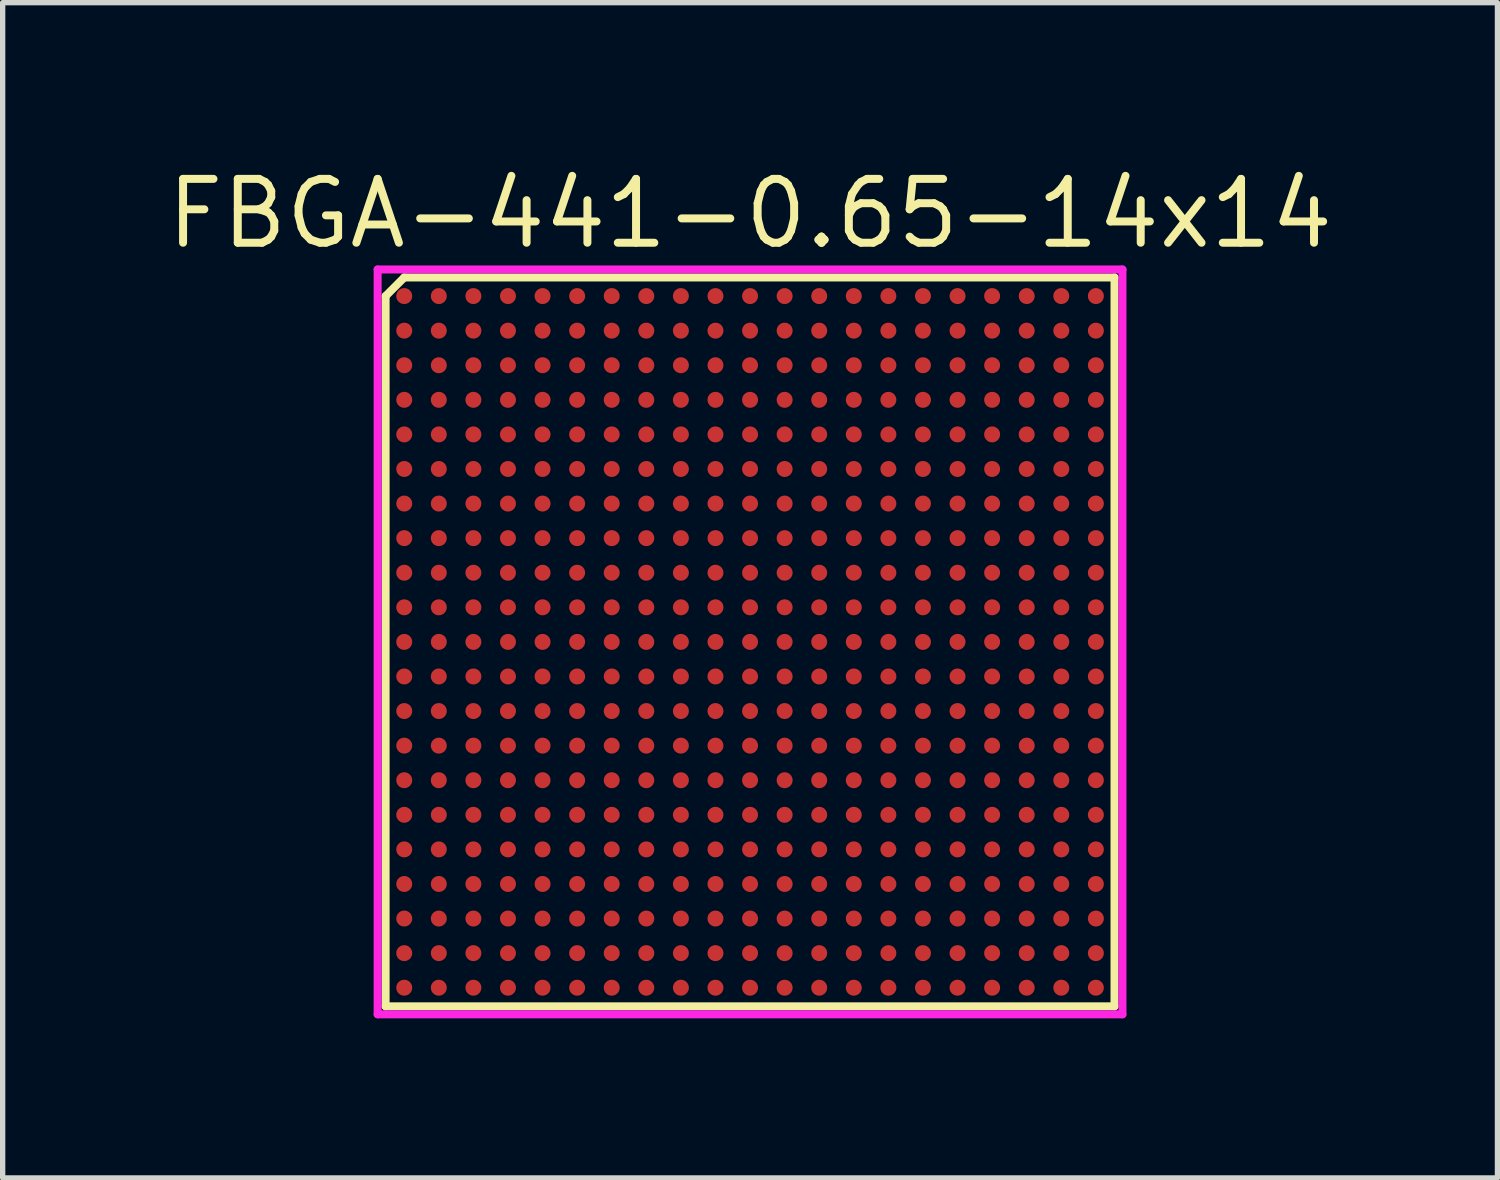
<source format=kicad_pcb>
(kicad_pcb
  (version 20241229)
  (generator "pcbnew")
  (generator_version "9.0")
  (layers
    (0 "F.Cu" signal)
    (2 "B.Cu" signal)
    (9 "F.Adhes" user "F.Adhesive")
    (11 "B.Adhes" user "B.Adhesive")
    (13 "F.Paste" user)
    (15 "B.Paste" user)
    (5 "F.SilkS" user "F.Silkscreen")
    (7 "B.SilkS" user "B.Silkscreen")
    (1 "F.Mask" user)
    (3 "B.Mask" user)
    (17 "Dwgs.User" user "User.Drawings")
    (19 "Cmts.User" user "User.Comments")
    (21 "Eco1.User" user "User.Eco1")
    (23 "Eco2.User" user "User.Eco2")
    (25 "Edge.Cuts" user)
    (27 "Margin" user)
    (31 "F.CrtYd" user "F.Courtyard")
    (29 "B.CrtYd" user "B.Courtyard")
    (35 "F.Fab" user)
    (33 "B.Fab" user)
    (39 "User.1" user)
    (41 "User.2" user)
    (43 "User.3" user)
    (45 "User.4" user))
  (footprint "FBGA-441-0.65-14x14"
    (layer "F.Cu")
    (at 11.048 9.015)
    (property "Reference" "FBGA-441-0.65-14x14" (at 0 -8.05 0) (layer "F.SilkS") (effects (font (size 1.2 1.2) (thickness 0.15))))
    (attr through_hole)
    (fp_line (start -6.85 -6.5) (end -6.85 6.85) (stroke (width 0.15) (type solid)) (layer "F.SilkS"))
    (fp_line (start -6.85 6.85) (end 6.85 6.85) (stroke (width 0.15) (type solid)) (layer "F.SilkS"))
    (fp_line (start -6.5 -6.85) (end -6.85 -6.5) (stroke (width 0.15) (type solid)) (layer "F.SilkS"))
    (fp_line (start 6.85 -6.85) (end -6.5 -6.85) (stroke (width 0.15) (type solid)) (layer "F.SilkS"))
    (fp_line (start 6.85 6.85) (end 6.85 -6.85) (stroke (width 0.15) (type solid)) (layer "F.SilkS"))
    (fp_line (start -7 -7) (end 7 -7) (stroke (width 0.15) (type solid)) (layer "F.CrtYd"))
    (fp_line (start -7 7) (end -7 -7) (stroke (width 0.15) (type solid)) (layer "F.CrtYd"))
    (fp_line (start 7 -7) (end 7 7) (stroke (width 0.15) (type solid)) (layer "F.CrtYd"))
    (fp_line (start 7 7) (end -7 7) (stroke (width 0.15) (type solid)) (layer "F.CrtYd"))
    (pad "A1" smd circle (at -6.5 -6.5) (size 0.3 0.3) (layers "F.Cu" "F.Mask" "F.Paste"))
    (pad "A2" smd circle (at -5.85 -6.5) (size 0.3 0.3) (layers "F.Cu" "F.Mask" "F.Paste"))
    (pad "A3" smd circle (at -5.2 -6.5) (size 0.3 0.3) (layers "F.Cu" "F.Mask" "F.Paste"))
    (pad "A4" smd circle (at -4.55 -6.5) (size 0.3 0.3) (layers "F.Cu" "F.Mask" "F.Paste"))
    (pad "A5" smd circle (at -3.9 -6.5) (size 0.3 0.3) (layers "F.Cu" "F.Mask" "F.Paste"))
    (pad "A6" smd circle (at -3.25 -6.5) (size 0.3 0.3) (layers "F.Cu" "F.Mask" "F.Paste"))
    (pad "A7" smd circle (at -2.6 -6.5) (size 0.3 0.3) (layers "F.Cu" "F.Mask" "F.Paste"))
    (pad "A8" smd circle (at -1.95 -6.5) (size 0.3 0.3) (layers "F.Cu" "F.Mask" "F.Paste"))
    (pad "A9" smd circle (at -1.3 -6.5) (size 0.3 0.3) (layers "F.Cu" "F.Mask" "F.Paste"))
    (pad "A10" smd circle (at -0.65 -6.5) (size 0.3 0.3) (layers "F.Cu" "F.Mask" "F.Paste"))
    (pad "A11" smd circle (at 0 -6.5) (size 0.3 0.3) (layers "F.Cu" "F.Mask" "F.Paste"))
    (pad "A12" smd circle (at 0.65 -6.5) (size 0.3 0.3) (layers "F.Cu" "F.Mask" "F.Paste"))
    (pad "A13" smd circle (at 1.3 -6.5) (size 0.3 0.3) (layers "F.Cu" "F.Mask" "F.Paste"))
    (pad "A14" smd circle (at 1.95 -6.5) (size 0.3 0.3) (layers "F.Cu" "F.Mask" "F.Paste"))
    (pad "A15" smd circle (at 2.6 -6.5) (size 0.3 0.3) (layers "F.Cu" "F.Mask" "F.Paste"))
    (pad "A16" smd circle (at 3.25 -6.5) (size 0.3 0.3) (layers "F.Cu" "F.Mask" "F.Paste"))
    (pad "A17" smd circle (at 3.9 -6.5) (size 0.3 0.3) (layers "F.Cu" "F.Mask" "F.Paste"))
    (pad "A18" smd circle (at 4.55 -6.5) (size 0.3 0.3) (layers "F.Cu" "F.Mask" "F.Paste"))
    (pad "A19" smd circle (at 5.2 -6.5) (size 0.3 0.3) (layers "F.Cu" "F.Mask" "F.Paste"))
    (pad "A20" smd circle (at 5.85 -6.5) (size 0.3 0.3) (layers "F.Cu" "F.Mask" "F.Paste"))
    (pad "A21" smd circle (at 6.5 -6.5) (size 0.3 0.3) (layers "F.Cu" "F.Mask" "F.Paste"))
    (pad "AA1" smd circle (at -6.5 6.5) (size 0.3 0.3) (layers "F.Cu" "F.Mask" "F.Paste"))
    (pad "AA2" smd circle (at -5.85 6.5) (size 0.3 0.3) (layers "F.Cu" "F.Mask" "F.Paste"))
    (pad "AA3" smd circle (at -5.2 6.5) (size 0.3 0.3) (layers "F.Cu" "F.Mask" "F.Paste"))
    (pad "AA4" smd circle (at -4.55 6.5) (size 0.3 0.3) (layers "F.Cu" "F.Mask" "F.Paste"))
    (pad "AA5" smd circle (at -3.9 6.5) (size 0.3 0.3) (layers "F.Cu" "F.Mask" "F.Paste"))
    (pad "AA6" smd circle (at -3.25 6.5) (size 0.3 0.3) (layers "F.Cu" "F.Mask" "F.Paste"))
    (pad "AA7" smd circle (at -2.6 6.5) (size 0.3 0.3) (layers "F.Cu" "F.Mask" "F.Paste"))
    (pad "AA8" smd circle (at -1.95 6.5) (size 0.3 0.3) (layers "F.Cu" "F.Mask" "F.Paste"))
    (pad "AA9" smd circle (at -1.3 6.5) (size 0.3 0.3) (layers "F.Cu" "F.Mask" "F.Paste"))
    (pad "AA10" smd circle (at -0.65 6.5) (size 0.3 0.3) (layers "F.Cu" "F.Mask" "F.Paste"))
    (pad "AA11" smd circle (at 0 6.5) (size 0.3 0.3) (layers "F.Cu" "F.Mask" "F.Paste"))
    (pad "AA12" smd circle (at 0.65 6.5) (size 0.3 0.3) (layers "F.Cu" "F.Mask" "F.Paste"))
    (pad "AA13" smd circle (at 1.3 6.5) (size 0.3 0.3) (layers "F.Cu" "F.Mask" "F.Paste"))
    (pad "AA14" smd circle (at 1.95 6.5) (size 0.3 0.3) (layers "F.Cu" "F.Mask" "F.Paste"))
    (pad "AA15" smd circle (at 2.6 6.5) (size 0.3 0.3) (layers "F.Cu" "F.Mask" "F.Paste"))
    (pad "AA16" smd circle (at 3.25 6.5) (size 0.3 0.3) (layers "F.Cu" "F.Mask" "F.Paste"))
    (pad "AA17" smd circle (at 3.9 6.5) (size 0.3 0.3) (layers "F.Cu" "F.Mask" "F.Paste"))
    (pad "AA18" smd circle (at 4.55 6.5) (size 0.3 0.3) (layers "F.Cu" "F.Mask" "F.Paste"))
    (pad "AA19" smd circle (at 5.2 6.5) (size 0.3 0.3) (layers "F.Cu" "F.Mask" "F.Paste"))
    (pad "AA20" smd circle (at 5.85 6.5) (size 0.3 0.3) (layers "F.Cu" "F.Mask" "F.Paste"))
    (pad "AA21" smd circle (at 6.5 6.5) (size 0.3 0.3) (layers "F.Cu" "F.Mask" "F.Paste"))
    (pad "B1" smd circle (at -6.5 -5.85) (size 0.3 0.3) (layers "F.Cu" "F.Mask" "F.Paste"))
    (pad "B2" smd circle (at -5.85 -5.85) (size 0.3 0.3) (layers "F.Cu" "F.Mask" "F.Paste"))
    (pad "B3" smd circle (at -5.2 -5.85) (size 0.3 0.3) (layers "F.Cu" "F.Mask" "F.Paste"))
    (pad "B4" smd circle (at -4.55 -5.85) (size 0.3 0.3) (layers "F.Cu" "F.Mask" "F.Paste"))
    (pad "B5" smd circle (at -3.9 -5.85) (size 0.3 0.3) (layers "F.Cu" "F.Mask" "F.Paste"))
    (pad "B6" smd circle (at -3.25 -5.85) (size 0.3 0.3) (layers "F.Cu" "F.Mask" "F.Paste"))
    (pad "B7" smd circle (at -2.6 -5.85) (size 0.3 0.3) (layers "F.Cu" "F.Mask" "F.Paste"))
    (pad "B8" smd circle (at -1.95 -5.85) (size 0.3 0.3) (layers "F.Cu" "F.Mask" "F.Paste"))
    (pad "B9" smd circle (at -1.3 -5.85) (size 0.3 0.3) (layers "F.Cu" "F.Mask" "F.Paste"))
    (pad "B10" smd circle (at -0.65 -5.85) (size 0.3 0.3) (layers "F.Cu" "F.Mask" "F.Paste"))
    (pad "B11" smd circle (at 0 -5.85) (size 0.3 0.3) (layers "F.Cu" "F.Mask" "F.Paste"))
    (pad "B12" smd circle (at 0.65 -5.85) (size 0.3 0.3) (layers "F.Cu" "F.Mask" "F.Paste"))
    (pad "B13" smd circle (at 1.3 -5.85) (size 0.3 0.3) (layers "F.Cu" "F.Mask" "F.Paste"))
    (pad "B14" smd circle (at 1.95 -5.85) (size 0.3 0.3) (layers "F.Cu" "F.Mask" "F.Paste"))
    (pad "B15" smd circle (at 2.6 -5.85) (size 0.3 0.3) (layers "F.Cu" "F.Mask" "F.Paste"))
    (pad "B16" smd circle (at 3.25 -5.85) (size 0.3 0.3) (layers "F.Cu" "F.Mask" "F.Paste"))
    (pad "B17" smd circle (at 3.9 -5.85) (size 0.3 0.3) (layers "F.Cu" "F.Mask" "F.Paste"))
    (pad "B18" smd circle (at 4.55 -5.85) (size 0.3 0.3) (layers "F.Cu" "F.Mask" "F.Paste"))
    (pad "B19" smd circle (at 5.2 -5.85) (size 0.3 0.3) (layers "F.Cu" "F.Mask" "F.Paste"))
    (pad "B20" smd circle (at 5.85 -5.85) (size 0.3 0.3) (layers "F.Cu" "F.Mask" "F.Paste"))
    (pad "B21" smd circle (at 6.5 -5.85) (size 0.3 0.3) (layers "F.Cu" "F.Mask" "F.Paste"))
    (pad "C1" smd circle (at -6.5 -5.2) (size 0.3 0.3) (layers "F.Cu" "F.Mask" "F.Paste"))
    (pad "C2" smd circle (at -5.85 -5.2) (size 0.3 0.3) (layers "F.Cu" "F.Mask" "F.Paste"))
    (pad "C3" smd circle (at -5.2 -5.2) (size 0.3 0.3) (layers "F.Cu" "F.Mask" "F.Paste"))
    (pad "C4" smd circle (at -4.55 -5.2) (size 0.3 0.3) (layers "F.Cu" "F.Mask" "F.Paste"))
    (pad "C5" smd circle (at -3.9 -5.2) (size 0.3 0.3) (layers "F.Cu" "F.Mask" "F.Paste"))
    (pad "C6" smd circle (at -3.25 -5.2) (size 0.3 0.3) (layers "F.Cu" "F.Mask" "F.Paste"))
    (pad "C7" smd circle (at -2.6 -5.2) (size 0.3 0.3) (layers "F.Cu" "F.Mask" "F.Paste"))
    (pad "C8" smd circle (at -1.95 -5.2) (size 0.3 0.3) (layers "F.Cu" "F.Mask" "F.Paste"))
    (pad "C9" smd circle (at -1.3 -5.2) (size 0.3 0.3) (layers "F.Cu" "F.Mask" "F.Paste"))
    (pad "C10" smd circle (at -0.65 -5.2) (size 0.3 0.3) (layers "F.Cu" "F.Mask" "F.Paste"))
    (pad "C11" smd circle (at 0 -5.2) (size 0.3 0.3) (layers "F.Cu" "F.Mask" "F.Paste"))
    (pad "C12" smd circle (at 0.65 -5.2) (size 0.3 0.3) (layers "F.Cu" "F.Mask" "F.Paste"))
    (pad "C13" smd circle (at 1.3 -5.2) (size 0.3 0.3) (layers "F.Cu" "F.Mask" "F.Paste"))
    (pad "C14" smd circle (at 1.95 -5.2) (size 0.3 0.3) (layers "F.Cu" "F.Mask" "F.Paste"))
    (pad "C15" smd circle (at 2.6 -5.2) (size 0.3 0.3) (layers "F.Cu" "F.Mask" "F.Paste"))
    (pad "C16" smd circle (at 3.25 -5.2) (size 0.3 0.3) (layers "F.Cu" "F.Mask" "F.Paste"))
    (pad "C17" smd circle (at 3.9 -5.2) (size 0.3 0.3) (layers "F.Cu" "F.Mask" "F.Paste"))
    (pad "C18" smd circle (at 4.55 -5.2) (size 0.3 0.3) (layers "F.Cu" "F.Mask" "F.Paste"))
    (pad "C19" smd circle (at 5.2 -5.2) (size 0.3 0.3) (layers "F.Cu" "F.Mask" "F.Paste"))
    (pad "C20" smd circle (at 5.85 -5.2) (size 0.3 0.3) (layers "F.Cu" "F.Mask" "F.Paste"))
    (pad "C21" smd circle (at 6.5 -5.2) (size 0.3 0.3) (layers "F.Cu" "F.Mask" "F.Paste"))
    (pad "D1" smd circle (at -6.5 -4.55) (size 0.3 0.3) (layers "F.Cu" "F.Mask" "F.Paste"))
    (pad "D2" smd circle (at -5.85 -4.55) (size 0.3 0.3) (layers "F.Cu" "F.Mask" "F.Paste"))
    (pad "D3" smd circle (at -5.2 -4.55) (size 0.3 0.3) (layers "F.Cu" "F.Mask" "F.Paste"))
    (pad "D4" smd circle (at -4.55 -4.55) (size 0.3 0.3) (layers "F.Cu" "F.Mask" "F.Paste"))
    (pad "D5" smd circle (at -3.9 -4.55) (size 0.3 0.3) (layers "F.Cu" "F.Mask" "F.Paste"))
    (pad "D6" smd circle (at -3.25 -4.55) (size 0.3 0.3) (layers "F.Cu" "F.Mask" "F.Paste"))
    (pad "D7" smd circle (at -2.6 -4.55) (size 0.3 0.3) (layers "F.Cu" "F.Mask" "F.Paste"))
    (pad "D8" smd circle (at -1.95 -4.55) (size 0.3 0.3) (layers "F.Cu" "F.Mask" "F.Paste"))
    (pad "D9" smd circle (at -1.3 -4.55) (size 0.3 0.3) (layers "F.Cu" "F.Mask" "F.Paste"))
    (pad "D10" smd circle (at -0.65 -4.55) (size 0.3 0.3) (layers "F.Cu" "F.Mask" "F.Paste"))
    (pad "D11" smd circle (at 0 -4.55) (size 0.3 0.3) (layers "F.Cu" "F.Mask" "F.Paste"))
    (pad "D12" smd circle (at 0.65 -4.55) (size 0.3 0.3) (layers "F.Cu" "F.Mask" "F.Paste"))
    (pad "D13" smd circle (at 1.3 -4.55) (size 0.3 0.3) (layers "F.Cu" "F.Mask" "F.Paste"))
    (pad "D14" smd circle (at 1.95 -4.55) (size 0.3 0.3) (layers "F.Cu" "F.Mask" "F.Paste"))
    (pad "D15" smd circle (at 2.6 -4.55) (size 0.3 0.3) (layers "F.Cu" "F.Mask" "F.Paste"))
    (pad "D16" smd circle (at 3.25 -4.55) (size 0.3 0.3) (layers "F.Cu" "F.Mask" "F.Paste"))
    (pad "D17" smd circle (at 3.9 -4.55) (size 0.3 0.3) (layers "F.Cu" "F.Mask" "F.Paste"))
    (pad "D18" smd circle (at 4.55 -4.55) (size 0.3 0.3) (layers "F.Cu" "F.Mask" "F.Paste"))
    (pad "D19" smd circle (at 5.2 -4.55) (size 0.3 0.3) (layers "F.Cu" "F.Mask" "F.Paste"))
    (pad "D20" smd circle (at 5.85 -4.55) (size 0.3 0.3) (layers "F.Cu" "F.Mask" "F.Paste"))
    (pad "D21" smd circle (at 6.5 -4.55) (size 0.3 0.3) (layers "F.Cu" "F.Mask" "F.Paste"))
    (pad "E1" smd circle (at -6.5 -3.9) (size 0.3 0.3) (layers "F.Cu" "F.Mask" "F.Paste"))
    (pad "E2" smd circle (at -5.85 -3.9) (size 0.3 0.3) (layers "F.Cu" "F.Mask" "F.Paste"))
    (pad "E3" smd circle (at -5.2 -3.9) (size 0.3 0.3) (layers "F.Cu" "F.Mask" "F.Paste"))
    (pad "E4" smd circle (at -4.55 -3.9) (size 0.3 0.3) (layers "F.Cu" "F.Mask" "F.Paste"))
    (pad "E5" smd circle (at -3.9 -3.9) (size 0.3 0.3) (layers "F.Cu" "F.Mask" "F.Paste"))
    (pad "E6" smd circle (at -3.25 -3.9) (size 0.3 0.3) (layers "F.Cu" "F.Mask" "F.Paste"))
    (pad "E7" smd circle (at -2.6 -3.9) (size 0.3 0.3) (layers "F.Cu" "F.Mask" "F.Paste"))
    (pad "E8" smd circle (at -1.95 -3.9) (size 0.3 0.3) (layers "F.Cu" "F.Mask" "F.Paste"))
    (pad "E9" smd circle (at -1.3 -3.9) (size 0.3 0.3) (layers "F.Cu" "F.Mask" "F.Paste"))
    (pad "E10" smd circle (at -0.65 -3.9) (size 0.3 0.3) (layers "F.Cu" "F.Mask" "F.Paste"))
    (pad "E11" smd circle (at 0 -3.9) (size 0.3 0.3) (layers "F.Cu" "F.Mask" "F.Paste"))
    (pad "E12" smd circle (at 0.65 -3.9) (size 0.3 0.3) (layers "F.Cu" "F.Mask" "F.Paste"))
    (pad "E13" smd circle (at 1.3 -3.9) (size 0.3 0.3) (layers "F.Cu" "F.Mask" "F.Paste"))
    (pad "E14" smd circle (at 1.95 -3.9) (size 0.3 0.3) (layers "F.Cu" "F.Mask" "F.Paste"))
    (pad "E15" smd circle (at 2.6 -3.9) (size 0.3 0.3) (layers "F.Cu" "F.Mask" "F.Paste"))
    (pad "E16" smd circle (at 3.25 -3.9) (size 0.3 0.3) (layers "F.Cu" "F.Mask" "F.Paste"))
    (pad "E17" smd circle (at 3.9 -3.9) (size 0.3 0.3) (layers "F.Cu" "F.Mask" "F.Paste"))
    (pad "E18" smd circle (at 4.55 -3.9) (size 0.3 0.3) (layers "F.Cu" "F.Mask" "F.Paste"))
    (pad "E19" smd circle (at 5.2 -3.9) (size 0.3 0.3) (layers "F.Cu" "F.Mask" "F.Paste"))
    (pad "E20" smd circle (at 5.85 -3.9) (size 0.3 0.3) (layers "F.Cu" "F.Mask" "F.Paste"))
    (pad "E21" smd circle (at 6.5 -3.9) (size 0.3 0.3) (layers "F.Cu" "F.Mask" "F.Paste"))
    (pad "F1" smd circle (at -6.5 -3.25) (size 0.3 0.3) (layers "F.Cu" "F.Mask" "F.Paste"))
    (pad "F2" smd circle (at -5.85 -3.25) (size 0.3 0.3) (layers "F.Cu" "F.Mask" "F.Paste"))
    (pad "F3" smd circle (at -5.2 -3.25) (size 0.3 0.3) (layers "F.Cu" "F.Mask" "F.Paste"))
    (pad "F4" smd circle (at -4.55 -3.25) (size 0.3 0.3) (layers "F.Cu" "F.Mask" "F.Paste"))
    (pad "F5" smd circle (at -3.9 -3.25) (size 0.3 0.3) (layers "F.Cu" "F.Mask" "F.Paste"))
    (pad "F6" smd circle (at -3.25 -3.25) (size 0.3 0.3) (layers "F.Cu" "F.Mask" "F.Paste"))
    (pad "F7" smd circle (at -2.6 -3.25) (size 0.3 0.3) (layers "F.Cu" "F.Mask" "F.Paste"))
    (pad "F8" smd circle (at -1.95 -3.25) (size 0.3 0.3) (layers "F.Cu" "F.Mask" "F.Paste"))
    (pad "F9" smd circle (at -1.3 -3.25) (size 0.3 0.3) (layers "F.Cu" "F.Mask" "F.Paste"))
    (pad "F10" smd circle (at -0.65 -3.25) (size 0.3 0.3) (layers "F.Cu" "F.Mask" "F.Paste"))
    (pad "F11" smd circle (at 0 -3.25) (size 0.3 0.3) (layers "F.Cu" "F.Mask" "F.Paste"))
    (pad "F12" smd circle (at 0.65 -3.25) (size 0.3 0.3) (layers "F.Cu" "F.Mask" "F.Paste"))
    (pad "F13" smd circle (at 1.3 -3.25) (size 0.3 0.3) (layers "F.Cu" "F.Mask" "F.Paste"))
    (pad "F14" smd circle (at 1.95 -3.25) (size 0.3 0.3) (layers "F.Cu" "F.Mask" "F.Paste"))
    (pad "F15" smd circle (at 2.6 -3.25) (size 0.3 0.3) (layers "F.Cu" "F.Mask" "F.Paste"))
    (pad "F16" smd circle (at 3.25 -3.25) (size 0.3 0.3) (layers "F.Cu" "F.Mask" "F.Paste"))
    (pad "F17" smd circle (at 3.9 -3.25) (size 0.3 0.3) (layers "F.Cu" "F.Mask" "F.Paste"))
    (pad "F18" smd circle (at 4.55 -3.25) (size 0.3 0.3) (layers "F.Cu" "F.Mask" "F.Paste"))
    (pad "F19" smd circle (at 5.2 -3.25) (size 0.3 0.3) (layers "F.Cu" "F.Mask" "F.Paste"))
    (pad "F20" smd circle (at 5.85 -3.25) (size 0.3 0.3) (layers "F.Cu" "F.Mask" "F.Paste"))
    (pad "F21" smd circle (at 6.5 -3.25) (size 0.3 0.3) (layers "F.Cu" "F.Mask" "F.Paste"))
    (pad "G1" smd circle (at -6.5 -2.6) (size 0.3 0.3) (layers "F.Cu" "F.Mask" "F.Paste"))
    (pad "G2" smd circle (at -5.85 -2.6) (size 0.3 0.3) (layers "F.Cu" "F.Mask" "F.Paste"))
    (pad "G3" smd circle (at -5.2 -2.6) (size 0.3 0.3) (layers "F.Cu" "F.Mask" "F.Paste"))
    (pad "G4" smd circle (at -4.55 -2.6) (size 0.3 0.3) (layers "F.Cu" "F.Mask" "F.Paste"))
    (pad "G5" smd circle (at -3.9 -2.6) (size 0.3 0.3) (layers "F.Cu" "F.Mask" "F.Paste"))
    (pad "G6" smd circle (at -3.25 -2.6) (size 0.3 0.3) (layers "F.Cu" "F.Mask" "F.Paste"))
    (pad "G7" smd circle (at -2.6 -2.6) (size 0.3 0.3) (layers "F.Cu" "F.Mask" "F.Paste"))
    (pad "G8" smd circle (at -1.95 -2.6) (size 0.3 0.3) (layers "F.Cu" "F.Mask" "F.Paste"))
    (pad "G9" smd circle (at -1.3 -2.6) (size 0.3 0.3) (layers "F.Cu" "F.Mask" "F.Paste"))
    (pad "G10" smd circle (at -0.65 -2.6) (size 0.3 0.3) (layers "F.Cu" "F.Mask" "F.Paste"))
    (pad "G11" smd circle (at 0 -2.6) (size 0.3 0.3) (layers "F.Cu" "F.Mask" "F.Paste"))
    (pad "G12" smd circle (at 0.65 -2.6) (size 0.3 0.3) (layers "F.Cu" "F.Mask" "F.Paste"))
    (pad "G13" smd circle (at 1.3 -2.6) (size 0.3 0.3) (layers "F.Cu" "F.Mask" "F.Paste"))
    (pad "G14" smd circle (at 1.95 -2.6) (size 0.3 0.3) (layers "F.Cu" "F.Mask" "F.Paste"))
    (pad "G15" smd circle (at 2.6 -2.6) (size 0.3 0.3) (layers "F.Cu" "F.Mask" "F.Paste"))
    (pad "G16" smd circle (at 3.25 -2.6) (size 0.3 0.3) (layers "F.Cu" "F.Mask" "F.Paste"))
    (pad "G17" smd circle (at 3.9 -2.6) (size 0.3 0.3) (layers "F.Cu" "F.Mask" "F.Paste"))
    (pad "G18" smd circle (at 4.55 -2.6) (size 0.3 0.3) (layers "F.Cu" "F.Mask" "F.Paste"))
    (pad "G19" smd circle (at 5.2 -2.6) (size 0.3 0.3) (layers "F.Cu" "F.Mask" "F.Paste"))
    (pad "G20" smd circle (at 5.85 -2.6) (size 0.3 0.3) (layers "F.Cu" "F.Mask" "F.Paste"))
    (pad "G21" smd circle (at 6.5 -2.6) (size 0.3 0.3) (layers "F.Cu" "F.Mask" "F.Paste"))
    (pad "H1" smd circle (at -6.5 -1.95) (size 0.3 0.3) (layers "F.Cu" "F.Mask" "F.Paste"))
    (pad "H2" smd circle (at -5.85 -1.95) (size 0.3 0.3) (layers "F.Cu" "F.Mask" "F.Paste"))
    (pad "H3" smd circle (at -5.2 -1.95) (size 0.3 0.3) (layers "F.Cu" "F.Mask" "F.Paste"))
    (pad "H4" smd circle (at -4.55 -1.95) (size 0.3 0.3) (layers "F.Cu" "F.Mask" "F.Paste"))
    (pad "H5" smd circle (at -3.9 -1.95) (size 0.3 0.3) (layers "F.Cu" "F.Mask" "F.Paste"))
    (pad "H6" smd circle (at -3.25 -1.95) (size 0.3 0.3) (layers "F.Cu" "F.Mask" "F.Paste"))
    (pad "H7" smd circle (at -2.6 -1.95) (size 0.3 0.3) (layers "F.Cu" "F.Mask" "F.Paste"))
    (pad "H8" smd circle (at -1.95 -1.95) (size 0.3 0.3) (layers "F.Cu" "F.Mask" "F.Paste"))
    (pad "H9" smd circle (at -1.3 -1.95) (size 0.3 0.3) (layers "F.Cu" "F.Mask" "F.Paste"))
    (pad "H10" smd circle (at -0.65 -1.95) (size 0.3 0.3) (layers "F.Cu" "F.Mask" "F.Paste"))
    (pad "H11" smd circle (at 0 -1.95) (size 0.3 0.3) (layers "F.Cu" "F.Mask" "F.Paste"))
    (pad "H12" smd circle (at 0.65 -1.95) (size 0.3 0.3) (layers "F.Cu" "F.Mask" "F.Paste"))
    (pad "H13" smd circle (at 1.3 -1.95) (size 0.3 0.3) (layers "F.Cu" "F.Mask" "F.Paste"))
    (pad "H14" smd circle (at 1.95 -1.95) (size 0.3 0.3) (layers "F.Cu" "F.Mask" "F.Paste"))
    (pad "H15" smd circle (at 2.6 -1.95) (size 0.3 0.3) (layers "F.Cu" "F.Mask" "F.Paste"))
    (pad "H16" smd circle (at 3.25 -1.95) (size 0.3 0.3) (layers "F.Cu" "F.Mask" "F.Paste"))
    (pad "H17" smd circle (at 3.9 -1.95) (size 0.3 0.3) (layers "F.Cu" "F.Mask" "F.Paste"))
    (pad "H18" smd circle (at 4.55 -1.95) (size 0.3 0.3) (layers "F.Cu" "F.Mask" "F.Paste"))
    (pad "H19" smd circle (at 5.2 -1.95) (size 0.3 0.3) (layers "F.Cu" "F.Mask" "F.Paste"))
    (pad "H20" smd circle (at 5.85 -1.95) (size 0.3 0.3) (layers "F.Cu" "F.Mask" "F.Paste"))
    (pad "H21" smd circle (at 6.5 -1.95) (size 0.3 0.3) (layers "F.Cu" "F.Mask" "F.Paste"))
    (pad "J1" smd circle (at -6.5 -1.3) (size 0.3 0.3) (layers "F.Cu" "F.Mask" "F.Paste"))
    (pad "J2" smd circle (at -5.85 -1.3) (size 0.3 0.3) (layers "F.Cu" "F.Mask" "F.Paste"))
    (pad "J3" smd circle (at -5.2 -1.3) (size 0.3 0.3) (layers "F.Cu" "F.Mask" "F.Paste"))
    (pad "J4" smd circle (at -4.55 -1.3) (size 0.3 0.3) (layers "F.Cu" "F.Mask" "F.Paste"))
    (pad "J5" smd circle (at -3.9 -1.3) (size 0.3 0.3) (layers "F.Cu" "F.Mask" "F.Paste"))
    (pad "J6" smd circle (at -3.25 -1.3) (size 0.3 0.3) (layers "F.Cu" "F.Mask" "F.Paste"))
    (pad "J7" smd circle (at -2.6 -1.3) (size 0.3 0.3) (layers "F.Cu" "F.Mask" "F.Paste"))
    (pad "J8" smd circle (at -1.95 -1.3) (size 0.3 0.3) (layers "F.Cu" "F.Mask" "F.Paste"))
    (pad "J9" smd circle (at -1.3 -1.3) (size 0.3 0.3) (layers "F.Cu" "F.Mask" "F.Paste"))
    (pad "J10" smd circle (at -0.65 -1.3) (size 0.3 0.3) (layers "F.Cu" "F.Mask" "F.Paste"))
    (pad "J11" smd circle (at 0 -1.3) (size 0.3 0.3) (layers "F.Cu" "F.Mask" "F.Paste"))
    (pad "J12" smd circle (at 0.65 -1.3) (size 0.3 0.3) (layers "F.Cu" "F.Mask" "F.Paste"))
    (pad "J13" smd circle (at 1.3 -1.3) (size 0.3 0.3) (layers "F.Cu" "F.Mask" "F.Paste"))
    (pad "J14" smd circle (at 1.95 -1.3) (size 0.3 0.3) (layers "F.Cu" "F.Mask" "F.Paste"))
    (pad "J15" smd circle (at 2.6 -1.3) (size 0.3 0.3) (layers "F.Cu" "F.Mask" "F.Paste"))
    (pad "J16" smd circle (at 3.25 -1.3) (size 0.3 0.3) (layers "F.Cu" "F.Mask" "F.Paste"))
    (pad "J17" smd circle (at 3.9 -1.3) (size 0.3 0.3) (layers "F.Cu" "F.Mask" "F.Paste"))
    (pad "J18" smd circle (at 4.55 -1.3) (size 0.3 0.3) (layers "F.Cu" "F.Mask" "F.Paste"))
    (pad "J19" smd circle (at 5.2 -1.3) (size 0.3 0.3) (layers "F.Cu" "F.Mask" "F.Paste"))
    (pad "J20" smd circle (at 5.85 -1.3) (size 0.3 0.3) (layers "F.Cu" "F.Mask" "F.Paste"))
    (pad "J21" smd circle (at 6.5 -1.3) (size 0.3 0.3) (layers "F.Cu" "F.Mask" "F.Paste"))
    (pad "K1" smd circle (at -6.5 -0.65) (size 0.3 0.3) (layers "F.Cu" "F.Mask" "F.Paste"))
    (pad "K2" smd circle (at -5.85 -0.65) (size 0.3 0.3) (layers "F.Cu" "F.Mask" "F.Paste"))
    (pad "K3" smd circle (at -5.2 -0.65) (size 0.3 0.3) (layers "F.Cu" "F.Mask" "F.Paste"))
    (pad "K4" smd circle (at -4.55 -0.65) (size 0.3 0.3) (layers "F.Cu" "F.Mask" "F.Paste"))
    (pad "K5" smd circle (at -3.9 -0.65) (size 0.3 0.3) (layers "F.Cu" "F.Mask" "F.Paste"))
    (pad "K6" smd circle (at -3.25 -0.65) (size 0.3 0.3) (layers "F.Cu" "F.Mask" "F.Paste"))
    (pad "K7" smd circle (at -2.6 -0.65) (size 0.3 0.3) (layers "F.Cu" "F.Mask" "F.Paste"))
    (pad "K8" smd circle (at -1.95 -0.65) (size 0.3 0.3) (layers "F.Cu" "F.Mask" "F.Paste"))
    (pad "K9" smd circle (at -1.3 -0.65) (size 0.3 0.3) (layers "F.Cu" "F.Mask" "F.Paste"))
    (pad "K10" smd circle (at -0.65 -0.65) (size 0.3 0.3) (layers "F.Cu" "F.Mask" "F.Paste"))
    (pad "K11" smd circle (at 0 -0.65) (size 0.3 0.3) (layers "F.Cu" "F.Mask" "F.Paste"))
    (pad "K12" smd circle (at 0.65 -0.65) (size 0.3 0.3) (layers "F.Cu" "F.Mask" "F.Paste"))
    (pad "K13" smd circle (at 1.3 -0.65) (size 0.3 0.3) (layers "F.Cu" "F.Mask" "F.Paste"))
    (pad "K14" smd circle (at 1.95 -0.65) (size 0.3 0.3) (layers "F.Cu" "F.Mask" "F.Paste"))
    (pad "K15" smd circle (at 2.6 -0.65) (size 0.3 0.3) (layers "F.Cu" "F.Mask" "F.Paste"))
    (pad "K16" smd circle (at 3.25 -0.65) (size 0.3 0.3) (layers "F.Cu" "F.Mask" "F.Paste"))
    (pad "K17" smd circle (at 3.9 -0.65) (size 0.3 0.3) (layers "F.Cu" "F.Mask" "F.Paste"))
    (pad "K18" smd circle (at 4.55 -0.65) (size 0.3 0.3) (layers "F.Cu" "F.Mask" "F.Paste"))
    (pad "K19" smd circle (at 5.2 -0.65) (size 0.3 0.3) (layers "F.Cu" "F.Mask" "F.Paste"))
    (pad "K20" smd circle (at 5.85 -0.65) (size 0.3 0.3) (layers "F.Cu" "F.Mask" "F.Paste"))
    (pad "K21" smd circle (at 6.5 -0.65) (size 0.3 0.3) (layers "F.Cu" "F.Mask" "F.Paste"))
    (pad "L1" smd circle (at -6.5 0) (size 0.3 0.3) (layers "F.Cu" "F.Mask" "F.Paste"))
    (pad "L2" smd circle (at -5.85 0) (size 0.3 0.3) (layers "F.Cu" "F.Mask" "F.Paste"))
    (pad "L3" smd circle (at -5.2 0) (size 0.3 0.3) (layers "F.Cu" "F.Mask" "F.Paste"))
    (pad "L4" smd circle (at -4.55 0) (size 0.3 0.3) (layers "F.Cu" "F.Mask" "F.Paste"))
    (pad "L5" smd circle (at -3.9 0) (size 0.3 0.3) (layers "F.Cu" "F.Mask" "F.Paste"))
    (pad "L6" smd circle (at -3.25 0) (size 0.3 0.3) (layers "F.Cu" "F.Mask" "F.Paste"))
    (pad "L7" smd circle (at -2.6 0) (size 0.3 0.3) (layers "F.Cu" "F.Mask" "F.Paste"))
    (pad "L8" smd circle (at -1.95 0) (size 0.3 0.3) (layers "F.Cu" "F.Mask" "F.Paste"))
    (pad "L9" smd circle (at -1.3 0) (size 0.3 0.3) (layers "F.Cu" "F.Mask" "F.Paste"))
    (pad "L10" smd circle (at -0.65 0) (size 0.3 0.3) (layers "F.Cu" "F.Mask" "F.Paste"))
    (pad "L11" smd circle (at 0 0) (size 0.3 0.3) (layers "F.Cu" "F.Mask" "F.Paste"))
    (pad "L12" smd circle (at 0.65 0) (size 0.3 0.3) (layers "F.Cu" "F.Mask" "F.Paste"))
    (pad "L13" smd circle (at 1.3 0) (size 0.3 0.3) (layers "F.Cu" "F.Mask" "F.Paste"))
    (pad "L14" smd circle (at 1.95 0) (size 0.3 0.3) (layers "F.Cu" "F.Mask" "F.Paste"))
    (pad "L15" smd circle (at 2.6 0) (size 0.3 0.3) (layers "F.Cu" "F.Mask" "F.Paste"))
    (pad "L16" smd circle (at 3.25 0) (size 0.3 0.3) (layers "F.Cu" "F.Mask" "F.Paste"))
    (pad "L17" smd circle (at 3.9 0) (size 0.3 0.3) (layers "F.Cu" "F.Mask" "F.Paste"))
    (pad "L18" smd circle (at 4.55 0) (size 0.3 0.3) (layers "F.Cu" "F.Mask" "F.Paste"))
    (pad "L19" smd circle (at 5.2 0) (size 0.3 0.3) (layers "F.Cu" "F.Mask" "F.Paste"))
    (pad "L20" smd circle (at 5.85 0) (size 0.3 0.3) (layers "F.Cu" "F.Mask" "F.Paste"))
    (pad "L21" smd circle (at 6.5 0) (size 0.3 0.3) (layers "F.Cu" "F.Mask" "F.Paste"))
    (pad "M1" smd circle (at -6.5 0.65) (size 0.3 0.3) (layers "F.Cu" "F.Mask" "F.Paste"))
    (pad "M2" smd circle (at -5.85 0.65) (size 0.3 0.3) (layers "F.Cu" "F.Mask" "F.Paste"))
    (pad "M3" smd circle (at -5.2 0.65) (size 0.3 0.3) (layers "F.Cu" "F.Mask" "F.Paste"))
    (pad "M4" smd circle (at -4.55 0.65) (size 0.3 0.3) (layers "F.Cu" "F.Mask" "F.Paste"))
    (pad "M5" smd circle (at -3.9 0.65) (size 0.3 0.3) (layers "F.Cu" "F.Mask" "F.Paste"))
    (pad "M6" smd circle (at -3.25 0.65) (size 0.3 0.3) (layers "F.Cu" "F.Mask" "F.Paste"))
    (pad "M7" smd circle (at -2.6 0.65) (size 0.3 0.3) (layers "F.Cu" "F.Mask" "F.Paste"))
    (pad "M8" smd circle (at -1.95 0.65) (size 0.3 0.3) (layers "F.Cu" "F.Mask" "F.Paste"))
    (pad "M9" smd circle (at -1.3 0.65) (size 0.3 0.3) (layers "F.Cu" "F.Mask" "F.Paste"))
    (pad "M10" smd circle (at -0.65 0.65) (size 0.3 0.3) (layers "F.Cu" "F.Mask" "F.Paste"))
    (pad "M11" smd circle (at 0 0.65) (size 0.3 0.3) (layers "F.Cu" "F.Mask" "F.Paste"))
    (pad "M12" smd circle (at 0.65 0.65) (size 0.3 0.3) (layers "F.Cu" "F.Mask" "F.Paste"))
    (pad "M13" smd circle (at 1.3 0.65) (size 0.3 0.3) (layers "F.Cu" "F.Mask" "F.Paste"))
    (pad "M14" smd circle (at 1.95 0.65) (size 0.3 0.3) (layers "F.Cu" "F.Mask" "F.Paste"))
    (pad "M15" smd circle (at 2.6 0.65) (size 0.3 0.3) (layers "F.Cu" "F.Mask" "F.Paste"))
    (pad "M16" smd circle (at 3.25 0.65) (size 0.3 0.3) (layers "F.Cu" "F.Mask" "F.Paste"))
    (pad "M17" smd circle (at 3.9 0.65) (size 0.3 0.3) (layers "F.Cu" "F.Mask" "F.Paste"))
    (pad "M18" smd circle (at 4.55 0.65) (size 0.3 0.3) (layers "F.Cu" "F.Mask" "F.Paste"))
    (pad "M19" smd circle (at 5.2 0.65) (size 0.3 0.3) (layers "F.Cu" "F.Mask" "F.Paste"))
    (pad "M20" smd circle (at 5.85 0.65) (size 0.3 0.3) (layers "F.Cu" "F.Mask" "F.Paste"))
    (pad "M21" smd circle (at 6.5 0.65) (size 0.3 0.3) (layers "F.Cu" "F.Mask" "F.Paste"))
    (pad "N1" smd circle (at -6.5 1.3) (size 0.3 0.3) (layers "F.Cu" "F.Mask" "F.Paste"))
    (pad "N2" smd circle (at -5.85 1.3) (size 0.3 0.3) (layers "F.Cu" "F.Mask" "F.Paste"))
    (pad "N3" smd circle (at -5.2 1.3) (size 0.3 0.3) (layers "F.Cu" "F.Mask" "F.Paste"))
    (pad "N4" smd circle (at -4.55 1.3) (size 0.3 0.3) (layers "F.Cu" "F.Mask" "F.Paste"))
    (pad "N5" smd circle (at -3.9 1.3) (size 0.3 0.3) (layers "F.Cu" "F.Mask" "F.Paste"))
    (pad "N6" smd circle (at -3.25 1.3) (size 0.3 0.3) (layers "F.Cu" "F.Mask" "F.Paste"))
    (pad "N7" smd circle (at -2.6 1.3) (size 0.3 0.3) (layers "F.Cu" "F.Mask" "F.Paste"))
    (pad "N8" smd circle (at -1.95 1.3) (size 0.3 0.3) (layers "F.Cu" "F.Mask" "F.Paste"))
    (pad "N9" smd circle (at -1.3 1.3) (size 0.3 0.3) (layers "F.Cu" "F.Mask" "F.Paste"))
    (pad "N10" smd circle (at -0.65 1.3) (size 0.3 0.3) (layers "F.Cu" "F.Mask" "F.Paste"))
    (pad "N11" smd circle (at 0 1.3) (size 0.3 0.3) (layers "F.Cu" "F.Mask" "F.Paste"))
    (pad "N12" smd circle (at 0.65 1.3) (size 0.3 0.3) (layers "F.Cu" "F.Mask" "F.Paste"))
    (pad "N13" smd circle (at 1.3 1.3) (size 0.3 0.3) (layers "F.Cu" "F.Mask" "F.Paste"))
    (pad "N14" smd circle (at 1.95 1.3) (size 0.3 0.3) (layers "F.Cu" "F.Mask" "F.Paste"))
    (pad "N15" smd circle (at 2.6 1.3) (size 0.3 0.3) (layers "F.Cu" "F.Mask" "F.Paste"))
    (pad "N16" smd circle (at 3.25 1.3) (size 0.3 0.3) (layers "F.Cu" "F.Mask" "F.Paste"))
    (pad "N17" smd circle (at 3.9 1.3) (size 0.3 0.3) (layers "F.Cu" "F.Mask" "F.Paste"))
    (pad "N18" smd circle (at 4.55 1.3) (size 0.3 0.3) (layers "F.Cu" "F.Mask" "F.Paste"))
    (pad "N19" smd circle (at 5.2 1.3) (size 0.3 0.3) (layers "F.Cu" "F.Mask" "F.Paste"))
    (pad "N20" smd circle (at 5.85 1.3) (size 0.3 0.3) (layers "F.Cu" "F.Mask" "F.Paste"))
    (pad "N21" smd circle (at 6.5 1.3) (size 0.3 0.3) (layers "F.Cu" "F.Mask" "F.Paste"))
    (pad "P1" smd circle (at -6.5 1.95) (size 0.3 0.3) (layers "F.Cu" "F.Mask" "F.Paste"))
    (pad "P2" smd circle (at -5.85 1.95) (size 0.3 0.3) (layers "F.Cu" "F.Mask" "F.Paste"))
    (pad "P3" smd circle (at -5.2 1.95) (size 0.3 0.3) (layers "F.Cu" "F.Mask" "F.Paste"))
    (pad "P4" smd circle (at -4.55 1.95) (size 0.3 0.3) (layers "F.Cu" "F.Mask" "F.Paste"))
    (pad "P5" smd circle (at -3.9 1.95) (size 0.3 0.3) (layers "F.Cu" "F.Mask" "F.Paste"))
    (pad "P6" smd circle (at -3.25 1.95) (size 0.3 0.3) (layers "F.Cu" "F.Mask" "F.Paste"))
    (pad "P7" smd circle (at -2.6 1.95) (size 0.3 0.3) (layers "F.Cu" "F.Mask" "F.Paste"))
    (pad "P8" smd circle (at -1.95 1.95) (size 0.3 0.3) (layers "F.Cu" "F.Mask" "F.Paste"))
    (pad "P9" smd circle (at -1.3 1.95) (size 0.3 0.3) (layers "F.Cu" "F.Mask" "F.Paste"))
    (pad "P10" smd circle (at -0.65 1.95) (size 0.3 0.3) (layers "F.Cu" "F.Mask" "F.Paste"))
    (pad "P11" smd circle (at 0 1.95) (size 0.3 0.3) (layers "F.Cu" "F.Mask" "F.Paste"))
    (pad "P12" smd circle (at 0.65 1.95) (size 0.3 0.3) (layers "F.Cu" "F.Mask" "F.Paste"))
    (pad "P13" smd circle (at 1.3 1.95) (size 0.3 0.3) (layers "F.Cu" "F.Mask" "F.Paste"))
    (pad "P14" smd circle (at 1.95 1.95) (size 0.3 0.3) (layers "F.Cu" "F.Mask" "F.Paste"))
    (pad "P15" smd circle (at 2.6 1.95) (size 0.3 0.3) (layers "F.Cu" "F.Mask" "F.Paste"))
    (pad "P16" smd circle (at 3.25 1.95) (size 0.3 0.3) (layers "F.Cu" "F.Mask" "F.Paste"))
    (pad "P17" smd circle (at 3.9 1.95) (size 0.3 0.3) (layers "F.Cu" "F.Mask" "F.Paste"))
    (pad "P18" smd circle (at 4.55 1.95) (size 0.3 0.3) (layers "F.Cu" "F.Mask" "F.Paste"))
    (pad "P19" smd circle (at 5.2 1.95) (size 0.3 0.3) (layers "F.Cu" "F.Mask" "F.Paste"))
    (pad "P20" smd circle (at 5.85 1.95) (size 0.3 0.3) (layers "F.Cu" "F.Mask" "F.Paste"))
    (pad "P21" smd circle (at 6.5 1.95) (size 0.3 0.3) (layers "F.Cu" "F.Mask" "F.Paste"))
    (pad "R1" smd circle (at -6.5 2.6) (size 0.3 0.3) (layers "F.Cu" "F.Mask" "F.Paste"))
    (pad "R2" smd circle (at -5.85 2.6) (size 0.3 0.3) (layers "F.Cu" "F.Mask" "F.Paste"))
    (pad "R3" smd circle (at -5.2 2.6) (size 0.3 0.3) (layers "F.Cu" "F.Mask" "F.Paste"))
    (pad "R4" smd circle (at -4.55 2.6) (size 0.3 0.3) (layers "F.Cu" "F.Mask" "F.Paste"))
    (pad "R5" smd circle (at -3.9 2.6) (size 0.3 0.3) (layers "F.Cu" "F.Mask" "F.Paste"))
    (pad "R6" smd circle (at -3.25 2.6) (size 0.3 0.3) (layers "F.Cu" "F.Mask" "F.Paste"))
    (pad "R7" smd circle (at -2.6 2.6) (size 0.3 0.3) (layers "F.Cu" "F.Mask" "F.Paste"))
    (pad "R8" smd circle (at -1.95 2.6) (size 0.3 0.3) (layers "F.Cu" "F.Mask" "F.Paste"))
    (pad "R9" smd circle (at -1.3 2.6) (size 0.3 0.3) (layers "F.Cu" "F.Mask" "F.Paste"))
    (pad "R10" smd circle (at -0.65 2.6) (size 0.3 0.3) (layers "F.Cu" "F.Mask" "F.Paste"))
    (pad "R11" smd circle (at 0 2.6) (size 0.3 0.3) (layers "F.Cu" "F.Mask" "F.Paste"))
    (pad "R12" smd circle (at 0.65 2.6) (size 0.3 0.3) (layers "F.Cu" "F.Mask" "F.Paste"))
    (pad "R13" smd circle (at 1.3 2.6) (size 0.3 0.3) (layers "F.Cu" "F.Mask" "F.Paste"))
    (pad "R14" smd circle (at 1.95 2.6) (size 0.3 0.3) (layers "F.Cu" "F.Mask" "F.Paste"))
    (pad "R15" smd circle (at 2.6 2.6) (size 0.3 0.3) (layers "F.Cu" "F.Mask" "F.Paste"))
    (pad "R16" smd circle (at 3.25 2.6) (size 0.3 0.3) (layers "F.Cu" "F.Mask" "F.Paste"))
    (pad "R17" smd circle (at 3.9 2.6) (size 0.3 0.3) (layers "F.Cu" "F.Mask" "F.Paste"))
    (pad "R18" smd circle (at 4.55 2.6) (size 0.3 0.3) (layers "F.Cu" "F.Mask" "F.Paste"))
    (pad "R19" smd circle (at 5.2 2.6) (size 0.3 0.3) (layers "F.Cu" "F.Mask" "F.Paste"))
    (pad "R20" smd circle (at 5.85 2.6) (size 0.3 0.3) (layers "F.Cu" "F.Mask" "F.Paste"))
    (pad "R21" smd circle (at 6.5 2.6) (size 0.3 0.3) (layers "F.Cu" "F.Mask" "F.Paste"))
    (pad "T1" smd circle (at -6.5 3.25) (size 0.3 0.3) (layers "F.Cu" "F.Mask" "F.Paste"))
    (pad "T2" smd circle (at -5.85 3.25) (size 0.3 0.3) (layers "F.Cu" "F.Mask" "F.Paste"))
    (pad "T3" smd circle (at -5.2 3.25) (size 0.3 0.3) (layers "F.Cu" "F.Mask" "F.Paste"))
    (pad "T4" smd circle (at -4.55 3.25) (size 0.3 0.3) (layers "F.Cu" "F.Mask" "F.Paste"))
    (pad "T5" smd circle (at -3.9 3.25) (size 0.3 0.3) (layers "F.Cu" "F.Mask" "F.Paste"))
    (pad "T6" smd circle (at -3.25 3.25) (size 0.3 0.3) (layers "F.Cu" "F.Mask" "F.Paste"))
    (pad "T7" smd circle (at -2.6 3.25) (size 0.3 0.3) (layers "F.Cu" "F.Mask" "F.Paste"))
    (pad "T8" smd circle (at -1.95 3.25) (size 0.3 0.3) (layers "F.Cu" "F.Mask" "F.Paste"))
    (pad "T9" smd circle (at -1.3 3.25) (size 0.3 0.3) (layers "F.Cu" "F.Mask" "F.Paste"))
    (pad "T10" smd circle (at -0.65 3.25) (size 0.3 0.3) (layers "F.Cu" "F.Mask" "F.Paste"))
    (pad "T11" smd circle (at 0 3.25) (size 0.3 0.3) (layers "F.Cu" "F.Mask" "F.Paste"))
    (pad "T12" smd circle (at 0.65 3.25) (size 0.3 0.3) (layers "F.Cu" "F.Mask" "F.Paste"))
    (pad "T13" smd circle (at 1.3 3.25) (size 0.3 0.3) (layers "F.Cu" "F.Mask" "F.Paste"))
    (pad "T14" smd circle (at 1.95 3.25) (size 0.3 0.3) (layers "F.Cu" "F.Mask" "F.Paste"))
    (pad "T15" smd circle (at 2.6 3.25) (size 0.3 0.3) (layers "F.Cu" "F.Mask" "F.Paste"))
    (pad "T16" smd circle (at 3.25 3.25) (size 0.3 0.3) (layers "F.Cu" "F.Mask" "F.Paste"))
    (pad "T17" smd circle (at 3.9 3.25) (size 0.3 0.3) (layers "F.Cu" "F.Mask" "F.Paste"))
    (pad "T18" smd circle (at 4.55 3.25) (size 0.3 0.3) (layers "F.Cu" "F.Mask" "F.Paste"))
    (pad "T19" smd circle (at 5.2 3.25) (size 0.3 0.3) (layers "F.Cu" "F.Mask" "F.Paste"))
    (pad "T20" smd circle (at 5.85 3.25) (size 0.3 0.3) (layers "F.Cu" "F.Mask" "F.Paste"))
    (pad "T21" smd circle (at 6.5 3.25) (size 0.3 0.3) (layers "F.Cu" "F.Mask" "F.Paste"))
    (pad "U1" smd circle (at -6.5 3.9) (size 0.3 0.3) (layers "F.Cu" "F.Mask" "F.Paste"))
    (pad "U2" smd circle (at -5.85 3.9) (size 0.3 0.3) (layers "F.Cu" "F.Mask" "F.Paste"))
    (pad "U3" smd circle (at -5.2 3.9) (size 0.3 0.3) (layers "F.Cu" "F.Mask" "F.Paste"))
    (pad "U4" smd circle (at -4.55 3.9) (size 0.3 0.3) (layers "F.Cu" "F.Mask" "F.Paste"))
    (pad "U5" smd circle (at -3.9 3.9) (size 0.3 0.3) (layers "F.Cu" "F.Mask" "F.Paste"))
    (pad "U6" smd circle (at -3.25 3.9) (size 0.3 0.3) (layers "F.Cu" "F.Mask" "F.Paste"))
    (pad "U7" smd circle (at -2.6 3.9) (size 0.3 0.3) (layers "F.Cu" "F.Mask" "F.Paste"))
    (pad "U8" smd circle (at -1.95 3.9) (size 0.3 0.3) (layers "F.Cu" "F.Mask" "F.Paste"))
    (pad "U9" smd circle (at -1.3 3.9) (size 0.3 0.3) (layers "F.Cu" "F.Mask" "F.Paste"))
    (pad "U10" smd circle (at -0.65 3.9) (size 0.3 0.3) (layers "F.Cu" "F.Mask" "F.Paste"))
    (pad "U11" smd circle (at 0 3.9) (size 0.3 0.3) (layers "F.Cu" "F.Mask" "F.Paste"))
    (pad "U12" smd circle (at 0.65 3.9) (size 0.3 0.3) (layers "F.Cu" "F.Mask" "F.Paste"))
    (pad "U13" smd circle (at 1.3 3.9) (size 0.3 0.3) (layers "F.Cu" "F.Mask" "F.Paste"))
    (pad "U14" smd circle (at 1.95 3.9) (size 0.3 0.3) (layers "F.Cu" "F.Mask" "F.Paste"))
    (pad "U15" smd circle (at 2.6 3.9) (size 0.3 0.3) (layers "F.Cu" "F.Mask" "F.Paste"))
    (pad "U16" smd circle (at 3.25 3.9) (size 0.3 0.3) (layers "F.Cu" "F.Mask" "F.Paste"))
    (pad "U17" smd circle (at 3.9 3.9) (size 0.3 0.3) (layers "F.Cu" "F.Mask" "F.Paste"))
    (pad "U18" smd circle (at 4.55 3.9) (size 0.3 0.3) (layers "F.Cu" "F.Mask" "F.Paste"))
    (pad "U19" smd circle (at 5.2 3.9) (size 0.3 0.3) (layers "F.Cu" "F.Mask" "F.Paste"))
    (pad "U20" smd circle (at 5.85 3.9) (size 0.3 0.3) (layers "F.Cu" "F.Mask" "F.Paste"))
    (pad "U21" smd circle (at 6.5 3.9) (size 0.3 0.3) (layers "F.Cu" "F.Mask" "F.Paste"))
    (pad "V1" smd circle (at -6.5 4.55) (size 0.3 0.3) (layers "F.Cu" "F.Mask" "F.Paste"))
    (pad "V2" smd circle (at -5.85 4.55) (size 0.3 0.3) (layers "F.Cu" "F.Mask" "F.Paste"))
    (pad "V3" smd circle (at -5.2 4.55) (size 0.3 0.3) (layers "F.Cu" "F.Mask" "F.Paste"))
    (pad "V4" smd circle (at -4.55 4.55) (size 0.3 0.3) (layers "F.Cu" "F.Mask" "F.Paste"))
    (pad "V5" smd circle (at -3.9 4.55) (size 0.3 0.3) (layers "F.Cu" "F.Mask" "F.Paste"))
    (pad "V6" smd circle (at -3.25 4.55) (size 0.3 0.3) (layers "F.Cu" "F.Mask" "F.Paste"))
    (pad "V7" smd circle (at -2.6 4.55) (size 0.3 0.3) (layers "F.Cu" "F.Mask" "F.Paste"))
    (pad "V8" smd circle (at -1.95 4.55) (size 0.3 0.3) (layers "F.Cu" "F.Mask" "F.Paste"))
    (pad "V9" smd circle (at -1.3 4.55) (size 0.3 0.3) (layers "F.Cu" "F.Mask" "F.Paste"))
    (pad "V10" smd circle (at -0.65 4.55) (size 0.3 0.3) (layers "F.Cu" "F.Mask" "F.Paste"))
    (pad "V11" smd circle (at 0 4.55) (size 0.3 0.3) (layers "F.Cu" "F.Mask" "F.Paste"))
    (pad "V12" smd circle (at 0.65 4.55) (size 0.3 0.3) (layers "F.Cu" "F.Mask" "F.Paste"))
    (pad "V13" smd circle (at 1.3 4.55) (size 0.3 0.3) (layers "F.Cu" "F.Mask" "F.Paste"))
    (pad "V14" smd circle (at 1.95 4.55) (size 0.3 0.3) (layers "F.Cu" "F.Mask" "F.Paste"))
    (pad "V15" smd circle (at 2.6 4.55) (size 0.3 0.3) (layers "F.Cu" "F.Mask" "F.Paste"))
    (pad "V16" smd circle (at 3.25 4.55) (size 0.3 0.3) (layers "F.Cu" "F.Mask" "F.Paste"))
    (pad "V17" smd circle (at 3.9 4.55) (size 0.3 0.3) (layers "F.Cu" "F.Mask" "F.Paste"))
    (pad "V18" smd circle (at 4.55 4.55) (size 0.3 0.3) (layers "F.Cu" "F.Mask" "F.Paste"))
    (pad "V19" smd circle (at 5.2 4.55) (size 0.3 0.3) (layers "F.Cu" "F.Mask" "F.Paste"))
    (pad "V20" smd circle (at 5.85 4.55) (size 0.3 0.3) (layers "F.Cu" "F.Mask" "F.Paste"))
    (pad "V21" smd circle (at 6.5 4.55) (size 0.3 0.3) (layers "F.Cu" "F.Mask" "F.Paste"))
    (pad "W1" smd circle (at -6.5 5.2) (size 0.3 0.3) (layers "F.Cu" "F.Mask" "F.Paste"))
    (pad "W2" smd circle (at -5.85 5.2) (size 0.3 0.3) (layers "F.Cu" "F.Mask" "F.Paste"))
    (pad "W3" smd circle (at -5.2 5.2) (size 0.3 0.3) (layers "F.Cu" "F.Mask" "F.Paste"))
    (pad "W4" smd circle (at -4.55 5.2) (size 0.3 0.3) (layers "F.Cu" "F.Mask" "F.Paste"))
    (pad "W5" smd circle (at -3.9 5.2) (size 0.3 0.3) (layers "F.Cu" "F.Mask" "F.Paste"))
    (pad "W6" smd circle (at -3.25 5.2) (size 0.3 0.3) (layers "F.Cu" "F.Mask" "F.Paste"))
    (pad "W7" smd circle (at -2.6 5.2) (size 0.3 0.3) (layers "F.Cu" "F.Mask" "F.Paste"))
    (pad "W8" smd circle (at -1.95 5.2) (size 0.3 0.3) (layers "F.Cu" "F.Mask" "F.Paste"))
    (pad "W9" smd circle (at -1.3 5.2) (size 0.3 0.3) (layers "F.Cu" "F.Mask" "F.Paste"))
    (pad "W10" smd circle (at -0.65 5.2) (size 0.3 0.3) (layers "F.Cu" "F.Mask" "F.Paste"))
    (pad "W11" smd circle (at 0 5.2) (size 0.3 0.3) (layers "F.Cu" "F.Mask" "F.Paste"))
    (pad "W12" smd circle (at 0.65 5.2) (size 0.3 0.3) (layers "F.Cu" "F.Mask" "F.Paste"))
    (pad "W13" smd circle (at 1.3 5.2) (size 0.3 0.3) (layers "F.Cu" "F.Mask" "F.Paste"))
    (pad "W14" smd circle (at 1.95 5.2) (size 0.3 0.3) (layers "F.Cu" "F.Mask" "F.Paste"))
    (pad "W15" smd circle (at 2.6 5.2) (size 0.3 0.3) (layers "F.Cu" "F.Mask" "F.Paste"))
    (pad "W16" smd circle (at 3.25 5.2) (size 0.3 0.3) (layers "F.Cu" "F.Mask" "F.Paste"))
    (pad "W17" smd circle (at 3.9 5.2) (size 0.3 0.3) (layers "F.Cu" "F.Mask" "F.Paste"))
    (pad "W18" smd circle (at 4.55 5.2) (size 0.3 0.3) (layers "F.Cu" "F.Mask" "F.Paste"))
    (pad "W19" smd circle (at 5.2 5.2) (size 0.3 0.3) (layers "F.Cu" "F.Mask" "F.Paste"))
    (pad "W20" smd circle (at 5.85 5.2) (size 0.3 0.3) (layers "F.Cu" "F.Mask" "F.Paste"))
    (pad "W21" smd circle (at 6.5 5.2) (size 0.3 0.3) (layers "F.Cu" "F.Mask" "F.Paste"))
    (pad "Y1" smd circle (at -6.5 5.85) (size 0.3 0.3) (layers "F.Cu" "F.Mask" "F.Paste"))
    (pad "Y2" smd circle (at -5.85 5.85) (size 0.3 0.3) (layers "F.Cu" "F.Mask" "F.Paste"))
    (pad "Y3" smd circle (at -5.2 5.85) (size 0.3 0.3) (layers "F.Cu" "F.Mask" "F.Paste"))
    (pad "Y4" smd circle (at -4.55 5.85) (size 0.3 0.3) (layers "F.Cu" "F.Mask" "F.Paste"))
    (pad "Y5" smd circle (at -3.9 5.85) (size 0.3 0.3) (layers "F.Cu" "F.Mask" "F.Paste"))
    (pad "Y6" smd circle (at -3.25 5.85) (size 0.3 0.3) (layers "F.Cu" "F.Mask" "F.Paste"))
    (pad "Y7" smd circle (at -2.6 5.85) (size 0.3 0.3) (layers "F.Cu" "F.Mask" "F.Paste"))
    (pad "Y8" smd circle (at -1.95 5.85) (size 0.3 0.3) (layers "F.Cu" "F.Mask" "F.Paste"))
    (pad "Y9" smd circle (at -1.3 5.85) (size 0.3 0.3) (layers "F.Cu" "F.Mask" "F.Paste"))
    (pad "Y10" smd circle (at -0.65 5.85) (size 0.3 0.3) (layers "F.Cu" "F.Mask" "F.Paste"))
    (pad "Y11" smd circle (at 0 5.85) (size 0.3 0.3) (layers "F.Cu" "F.Mask" "F.Paste"))
    (pad "Y12" smd circle (at 0.65 5.85) (size 0.3 0.3) (layers "F.Cu" "F.Mask" "F.Paste"))
    (pad "Y13" smd circle (at 1.3 5.85) (size 0.3 0.3) (layers "F.Cu" "F.Mask" "F.Paste"))
    (pad "Y14" smd circle (at 1.95 5.85) (size 0.3 0.3) (layers "F.Cu" "F.Mask" "F.Paste"))
    (pad "Y15" smd circle (at 2.6 5.85) (size 0.3 0.3) (layers "F.Cu" "F.Mask" "F.Paste"))
    (pad "Y16" smd circle (at 3.25 5.85) (size 0.3 0.3) (layers "F.Cu" "F.Mask" "F.Paste"))
    (pad "Y17" smd circle (at 3.9 5.85) (size 0.3 0.3) (layers "F.Cu" "F.Mask" "F.Paste"))
    (pad "Y18" smd circle (at 4.55 5.85) (size 0.3 0.3) (layers "F.Cu" "F.Mask" "F.Paste"))
    (pad "Y19" smd circle (at 5.2 5.85) (size 0.3 0.3) (layers "F.Cu" "F.Mask" "F.Paste"))
    (pad "Y20" smd circle (at 5.85 5.85) (size 0.3 0.3) (layers "F.Cu" "F.Mask" "F.Paste"))
    (pad "Y21" smd circle (at 6.5 5.85) (size 0.3 0.3) (layers "F.Cu" "F.Mask" "F.Paste")))
  (gr_rect
    (start -3 -3)
    (end 25.096 19.09)
    (stroke (width 0.1) (type default))
    (fill no)
    (layer "Edge.Cuts")))
</source>
